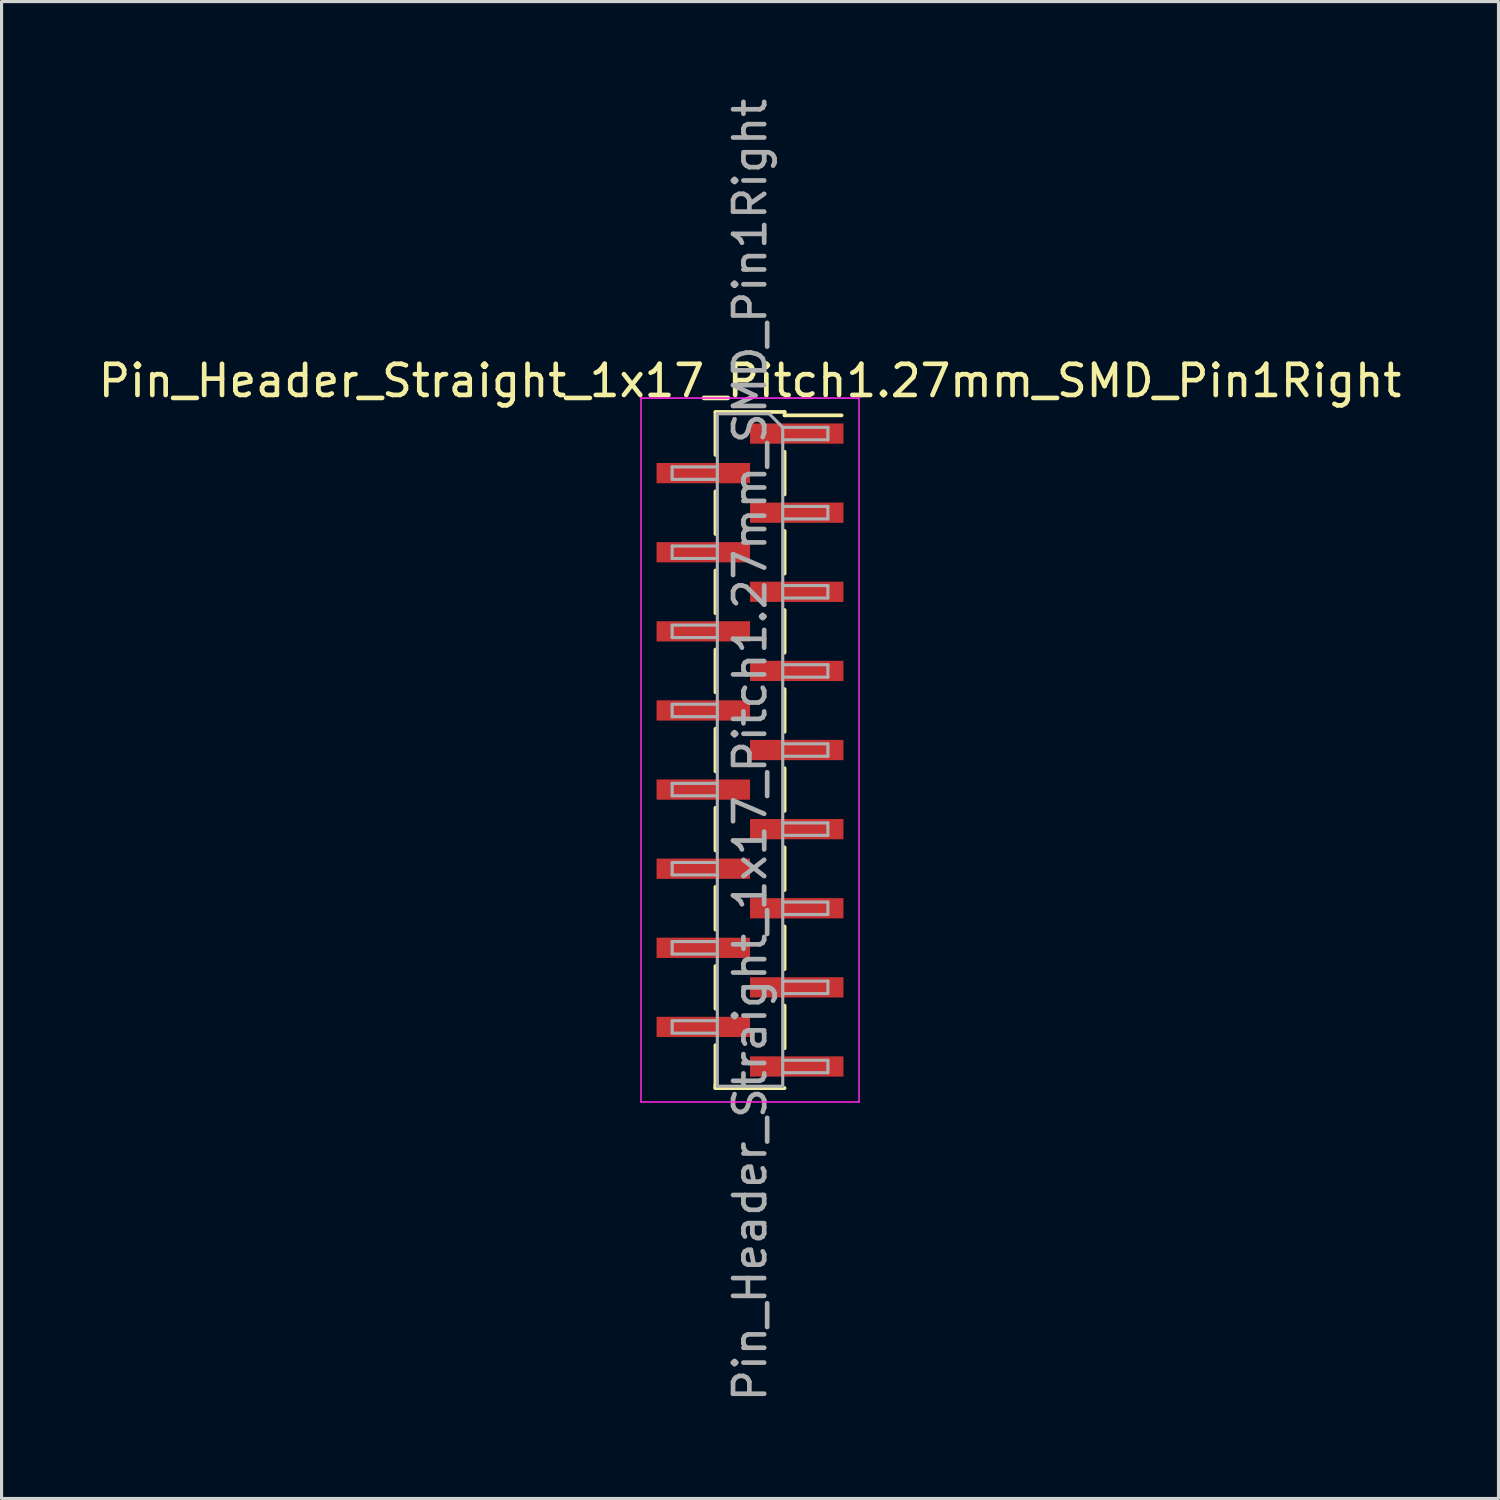
<source format=kicad_pcb>
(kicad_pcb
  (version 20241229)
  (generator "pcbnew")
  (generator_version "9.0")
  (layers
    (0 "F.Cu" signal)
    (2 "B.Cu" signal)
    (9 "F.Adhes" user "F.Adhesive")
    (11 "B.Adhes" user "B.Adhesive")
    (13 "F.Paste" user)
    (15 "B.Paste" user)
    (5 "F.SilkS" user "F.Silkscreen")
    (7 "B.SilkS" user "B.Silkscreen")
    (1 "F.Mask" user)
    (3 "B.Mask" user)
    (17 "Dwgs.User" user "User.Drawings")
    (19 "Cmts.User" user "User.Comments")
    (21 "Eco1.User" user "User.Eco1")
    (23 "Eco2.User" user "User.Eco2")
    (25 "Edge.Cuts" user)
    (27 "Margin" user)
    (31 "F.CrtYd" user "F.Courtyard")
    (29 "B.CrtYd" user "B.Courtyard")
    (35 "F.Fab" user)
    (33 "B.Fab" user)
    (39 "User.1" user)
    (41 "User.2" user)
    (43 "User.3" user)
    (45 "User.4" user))
  (footprint "Pin_Header_Straight_1x17_Pitch1.27mm_SMD_Pin1Right"
    (layer "F.Cu")
    (at 21.03 21.03)
    (property "Reference" "Pin_Header_Straight_1x17_Pitch1.27mm_SMD_Pin1Right" (at 0 -11.855 0) (layer "F.SilkS") (effects (font (size 1 1) (thickness 0.15))))
    (attr smd)
    (fp_line (start -1.11 -10.855) (end 1.11 -10.855) (stroke (width 0.12) (type solid)) (layer "F.SilkS"))
    (fp_line (start -1.11 -10.845) (end -1.11 -9.475) (stroke (width 0.12) (type solid)) (layer "F.SilkS"))
    (fp_line (start -1.11 -8.305) (end -1.11 -6.935) (stroke (width 0.12) (type solid)) (layer "F.SilkS"))
    (fp_line (start -1.11 -5.765) (end -1.11 -4.395) (stroke (width 0.12) (type solid)) (layer "F.SilkS"))
    (fp_line (start -1.11 -3.225) (end -1.11 -1.855) (stroke (width 0.12) (type solid)) (layer "F.SilkS"))
    (fp_line (start -1.11 -0.685) (end -1.11 0.685) (stroke (width 0.12) (type solid)) (layer "F.SilkS"))
    (fp_line (start -1.11 1.855) (end -1.11 3.225) (stroke (width 0.12) (type solid)) (layer "F.SilkS"))
    (fp_line (start -1.11 4.395) (end -1.11 5.765) (stroke (width 0.12) (type solid)) (layer "F.SilkS"))
    (fp_line (start -1.11 6.935) (end -1.11 8.305) (stroke (width 0.12) (type solid)) (layer "F.SilkS"))
    (fp_line (start -1.11 9.475) (end -1.11 10.845) (stroke (width 0.12) (type solid)) (layer "F.SilkS"))
    (fp_line (start -1.11 10.745) (end -1.11 10.855) (stroke (width 0.12) (type solid)) (layer "F.SilkS"))
    (fp_line (start -1.11 10.855) (end 1.11 10.855) (stroke (width 0.12) (type solid)) (layer "F.SilkS"))
    (fp_line (start 1.11 -10.855) (end 1.11 -10.745) (stroke (width 0.12) (type solid)) (layer "F.SilkS"))
    (fp_line (start 1.11 -10.745) (end 2.94 -10.745) (stroke (width 0.12) (type solid)) (layer "F.SilkS"))
    (fp_line (start 1.11 -9.575) (end 1.11 -8.205) (stroke (width 0.12) (type solid)) (layer "F.SilkS"))
    (fp_line (start 1.11 -7.035) (end 1.11 -5.665) (stroke (width 0.12) (type solid)) (layer "F.SilkS"))
    (fp_line (start 1.11 -4.495) (end 1.11 -3.125) (stroke (width 0.12) (type solid)) (layer "F.SilkS"))
    (fp_line (start 1.11 -1.955) (end 1.11 -0.585) (stroke (width 0.12) (type solid)) (layer "F.SilkS"))
    (fp_line (start 1.11 0.585) (end 1.11 1.955) (stroke (width 0.12) (type solid)) (layer "F.SilkS"))
    (fp_line (start 1.11 3.125) (end 1.11 4.495) (stroke (width 0.12) (type solid)) (layer "F.SilkS"))
    (fp_line (start 1.11 5.665) (end 1.11 7.035) (stroke (width 0.12) (type solid)) (layer "F.SilkS"))
    (fp_line (start 1.11 8.205) (end 1.11 9.575) (stroke (width 0.12) (type solid)) (layer "F.SilkS"))
    (fp_line (start -3.5 -11.3) (end -3.5 11.3) (stroke (width 0.05) (type solid)) (layer "F.CrtYd"))
    (fp_line (start -3.5 11.3) (end 3.5 11.3) (stroke (width 0.05) (type solid)) (layer "F.CrtYd"))
    (fp_line (start 3.5 -11.3) (end -3.5 -11.3) (stroke (width 0.05) (type solid)) (layer "F.CrtYd"))
    (fp_line (start 3.5 11.3) (end 3.5 -11.3) (stroke (width 0.05) (type solid)) (layer "F.CrtYd"))
    (fp_line (start -2.5 -9.09) (end -2.5 -8.69) (stroke (width 0.1) (type solid)) (layer "F.Fab"))
    (fp_line (start -2.5 -8.69) (end -1.05 -8.69) (stroke (width 0.1) (type solid)) (layer "F.Fab"))
    (fp_line (start -2.5 -6.55) (end -2.5 -6.15) (stroke (width 0.1) (type solid)) (layer "F.Fab"))
    (fp_line (start -2.5 -6.15) (end -1.05 -6.15) (stroke (width 0.1) (type solid)) (layer "F.Fab"))
    (fp_line (start -2.5 -4.01) (end -2.5 -3.61) (stroke (width 0.1) (type solid)) (layer "F.Fab"))
    (fp_line (start -2.5 -3.61) (end -1.05 -3.61) (stroke (width 0.1) (type solid)) (layer "F.Fab"))
    (fp_line (start -2.5 -1.47) (end -2.5 -1.07) (stroke (width 0.1) (type solid)) (layer "F.Fab"))
    (fp_line (start -2.5 -1.07) (end -1.05 -1.07) (stroke (width 0.1) (type solid)) (layer "F.Fab"))
    (fp_line (start -2.5 1.07) (end -2.5 1.47) (stroke (width 0.1) (type solid)) (layer "F.Fab"))
    (fp_line (start -2.5 1.47) (end -1.05 1.47) (stroke (width 0.1) (type solid)) (layer "F.Fab"))
    (fp_line (start -2.5 3.61) (end -2.5 4.01) (stroke (width 0.1) (type solid)) (layer "F.Fab"))
    (fp_line (start -2.5 4.01) (end -1.05 4.01) (stroke (width 0.1) (type solid)) (layer "F.Fab"))
    (fp_line (start -2.5 6.15) (end -2.5 6.55) (stroke (width 0.1) (type solid)) (layer "F.Fab"))
    (fp_line (start -2.5 6.55) (end -1.05 6.55) (stroke (width 0.1) (type solid)) (layer "F.Fab"))
    (fp_line (start -2.5 8.69) (end -2.5 9.09) (stroke (width 0.1) (type solid)) (layer "F.Fab"))
    (fp_line (start -2.5 9.09) (end -1.05 9.09) (stroke (width 0.1) (type solid)) (layer "F.Fab"))
    (fp_line (start -1.05 -10.795) (end -1.05 10.795) (stroke (width 0.1) (type solid)) (layer "F.Fab"))
    (fp_line (start -1.05 -10.795) (end 0.615 -10.795) (stroke (width 0.1) (type solid)) (layer "F.Fab"))
    (fp_line (start -1.05 -9.09) (end -2.5 -9.09) (stroke (width 0.1) (type solid)) (layer "F.Fab"))
    (fp_line (start -1.05 -6.55) (end -2.5 -6.55) (stroke (width 0.1) (type solid)) (layer "F.Fab"))
    (fp_line (start -1.05 -4.01) (end -2.5 -4.01) (stroke (width 0.1) (type solid)) (layer "F.Fab"))
    (fp_line (start -1.05 -1.47) (end -2.5 -1.47) (stroke (width 0.1) (type solid)) (layer "F.Fab"))
    (fp_line (start -1.05 1.07) (end -2.5 1.07) (stroke (width 0.1) (type solid)) (layer "F.Fab"))
    (fp_line (start -1.05 3.61) (end -2.5 3.61) (stroke (width 0.1) (type solid)) (layer "F.Fab"))
    (fp_line (start -1.05 6.15) (end -2.5 6.15) (stroke (width 0.1) (type solid)) (layer "F.Fab"))
    (fp_line (start -1.05 8.69) (end -2.5 8.69) (stroke (width 0.1) (type solid)) (layer "F.Fab"))
    (fp_line (start 1.05 -10.36) (end 0.615 -10.795) (stroke (width 0.1) (type solid)) (layer "F.Fab"))
    (fp_line (start 1.05 -10.36) (end 2.5 -10.36) (stroke (width 0.1) (type solid)) (layer "F.Fab"))
    (fp_line (start 1.05 -7.82) (end 2.5 -7.82) (stroke (width 0.1) (type solid)) (layer "F.Fab"))
    (fp_line (start 1.05 -5.28) (end 2.5 -5.28) (stroke (width 0.1) (type solid)) (layer "F.Fab"))
    (fp_line (start 1.05 -2.74) (end 2.5 -2.74) (stroke (width 0.1) (type solid)) (layer "F.Fab"))
    (fp_line (start 1.05 -0.2) (end 2.5 -0.2) (stroke (width 0.1) (type solid)) (layer "F.Fab"))
    (fp_line (start 1.05 2.34) (end 2.5 2.34) (stroke (width 0.1) (type solid)) (layer "F.Fab"))
    (fp_line (start 1.05 4.88) (end 2.5 4.88) (stroke (width 0.1) (type solid)) (layer "F.Fab"))
    (fp_line (start 1.05 7.42) (end 2.5 7.42) (stroke (width 0.1) (type solid)) (layer "F.Fab"))
    (fp_line (start 1.05 9.96) (end 2.5 9.96) (stroke (width 0.1) (type solid)) (layer "F.Fab"))
    (fp_line (start 1.05 10.795) (end -1.05 10.795) (stroke (width 0.1) (type solid)) (layer "F.Fab"))
    (fp_line (start 1.05 10.795) (end 1.05 -10.36) (stroke (width 0.1) (type solid)) (layer "F.Fab"))
    (fp_line (start 2.5 -10.36) (end 2.5 -9.96) (stroke (width 0.1) (type solid)) (layer "F.Fab"))
    (fp_line (start 2.5 -9.96) (end 1.05 -9.96) (stroke (width 0.1) (type solid)) (layer "F.Fab"))
    (fp_line (start 2.5 -7.82) (end 2.5 -7.42) (stroke (width 0.1) (type solid)) (layer "F.Fab"))
    (fp_line (start 2.5 -7.42) (end 1.05 -7.42) (stroke (width 0.1) (type solid)) (layer "F.Fab"))
    (fp_line (start 2.5 -5.28) (end 2.5 -4.88) (stroke (width 0.1) (type solid)) (layer "F.Fab"))
    (fp_line (start 2.5 -4.88) (end 1.05 -4.88) (stroke (width 0.1) (type solid)) (layer "F.Fab"))
    (fp_line (start 2.5 -2.74) (end 2.5 -2.34) (stroke (width 0.1) (type solid)) (layer "F.Fab"))
    (fp_line (start 2.5 -2.34) (end 1.05 -2.34) (stroke (width 0.1) (type solid)) (layer "F.Fab"))
    (fp_line (start 2.5 -0.2) (end 2.5 0.2) (stroke (width 0.1) (type solid)) (layer "F.Fab"))
    (fp_line (start 2.5 0.2) (end 1.05 0.2) (stroke (width 0.1) (type solid)) (layer "F.Fab"))
    (fp_line (start 2.5 2.34) (end 2.5 2.74) (stroke (width 0.1) (type solid)) (layer "F.Fab"))
    (fp_line (start 2.5 2.74) (end 1.05 2.74) (stroke (width 0.1) (type solid)) (layer "F.Fab"))
    (fp_line (start 2.5 4.88) (end 2.5 5.28) (stroke (width 0.1) (type solid)) (layer "F.Fab"))
    (fp_line (start 2.5 5.28) (end 1.05 5.28) (stroke (width 0.1) (type solid)) (layer "F.Fab"))
    (fp_line (start 2.5 7.42) (end 2.5 7.82) (stroke (width 0.1) (type solid)) (layer "F.Fab"))
    (fp_line (start 2.5 7.82) (end 1.05 7.82) (stroke (width 0.1) (type solid)) (layer "F.Fab"))
    (fp_line (start 2.5 9.96) (end 2.5 10.36) (stroke (width 0.1) (type solid)) (layer "F.Fab"))
    (fp_line (start 2.5 10.36) (end 1.05 10.36) (stroke (width 0.1) (type solid)) (layer "F.Fab"))
    (fp_text user "${REFERENCE}" (at 0 0 90) (layer "F.Fab") (effects (font (size 1 1) (thickness 0.15))))
    (pad "1" smd rect (at 1.5 -10.16) (size 3 0.65) (layers "F.Cu" "F.Mask" "F.Paste"))
    (pad "2" smd rect (at -1.5 -8.89) (size 3 0.65) (layers "F.Cu" "F.Mask" "F.Paste"))
    (pad "3" smd rect (at 1.5 -7.62) (size 3 0.65) (layers "F.Cu" "F.Mask" "F.Paste"))
    (pad "4" smd rect (at -1.5 -6.35) (size 3 0.65) (layers "F.Cu" "F.Mask" "F.Paste"))
    (pad "5" smd rect (at 1.5 -5.08) (size 3 0.65) (layers "F.Cu" "F.Mask" "F.Paste"))
    (pad "6" smd rect (at -1.5 -3.81) (size 3 0.65) (layers "F.Cu" "F.Mask" "F.Paste"))
    (pad "7" smd rect (at 1.5 -2.54) (size 3 0.65) (layers "F.Cu" "F.Mask" "F.Paste"))
    (pad "8" smd rect (at -1.5 -1.27) (size 3 0.65) (layers "F.Cu" "F.Mask" "F.Paste"))
    (pad "9" smd rect (at 1.5 0) (size 3 0.65) (layers "F.Cu" "F.Mask" "F.Paste"))
    (pad "10" smd rect (at -1.5 1.27) (size 3 0.65) (layers "F.Cu" "F.Mask" "F.Paste"))
    (pad "11" smd rect (at 1.5 2.54) (size 3 0.65) (layers "F.Cu" "F.Mask" "F.Paste"))
    (pad "12" smd rect (at -1.5 3.81) (size 3 0.65) (layers "F.Cu" "F.Mask" "F.Paste"))
    (pad "13" smd rect (at 1.5 5.08) (size 3 0.65) (layers "F.Cu" "F.Mask" "F.Paste"))
    (pad "14" smd rect (at -1.5 6.35) (size 3 0.65) (layers "F.Cu" "F.Mask" "F.Paste"))
    (pad "15" smd rect (at 1.5 7.62) (size 3 0.65) (layers "F.Cu" "F.Mask" "F.Paste"))
    (pad "16" smd rect (at -1.5 8.89) (size 3 0.65) (layers "F.Cu" "F.Mask" "F.Paste"))
    (pad "17" smd rect (at 1.5 10.16) (size 3 0.65) (layers "F.Cu" "F.Mask" "F.Paste")))
  (gr_rect
    (start -3 -3)
    (end 45.06 45.06)
    (stroke (width 0.1) (type default))
    (fill no)
    (layer "Edge.Cuts")))
</source>
